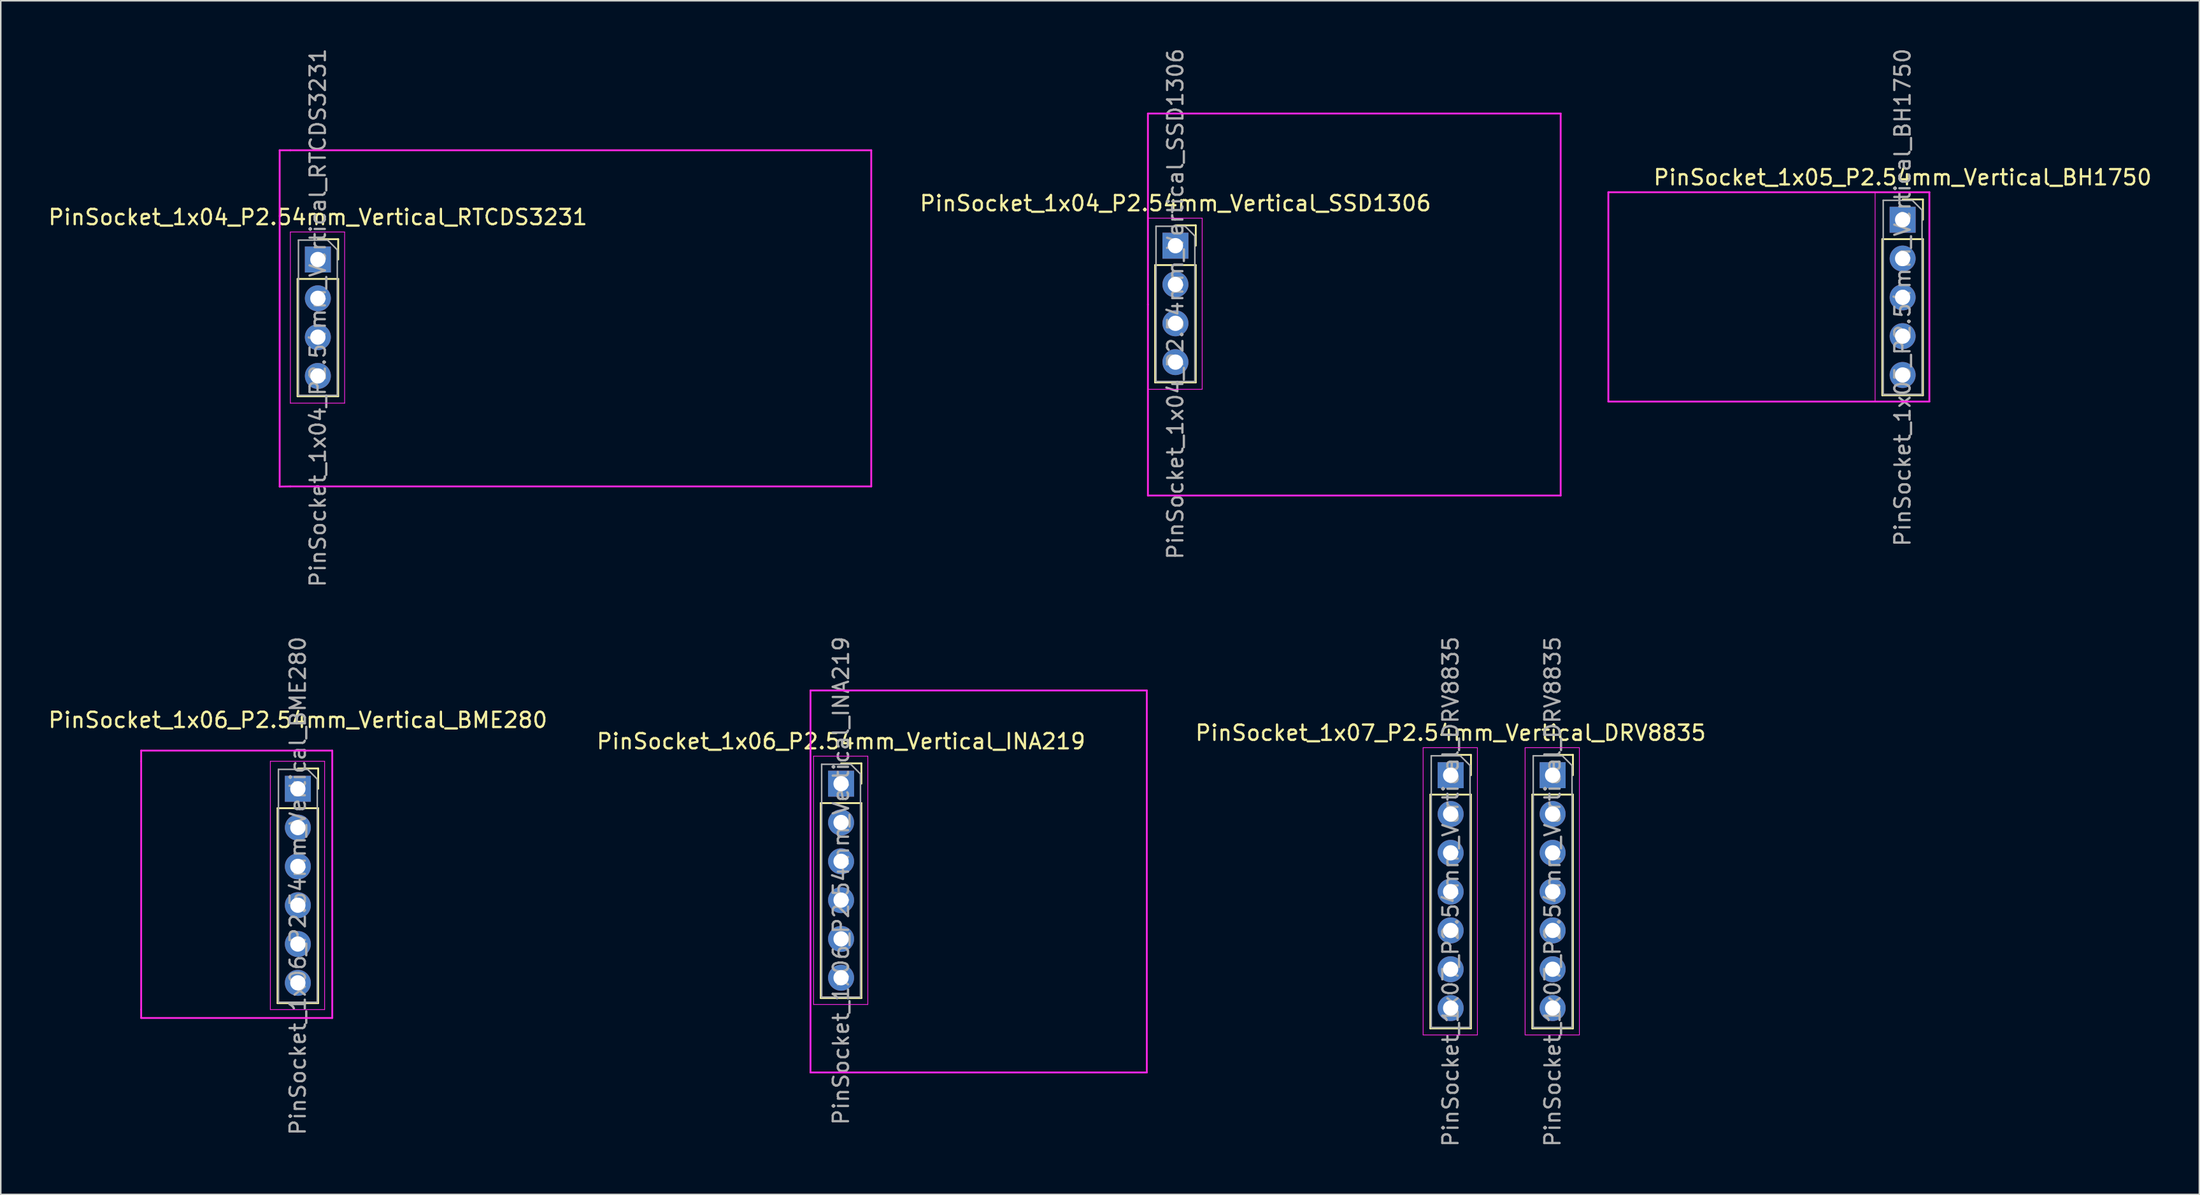
<source format=kicad_pcb>
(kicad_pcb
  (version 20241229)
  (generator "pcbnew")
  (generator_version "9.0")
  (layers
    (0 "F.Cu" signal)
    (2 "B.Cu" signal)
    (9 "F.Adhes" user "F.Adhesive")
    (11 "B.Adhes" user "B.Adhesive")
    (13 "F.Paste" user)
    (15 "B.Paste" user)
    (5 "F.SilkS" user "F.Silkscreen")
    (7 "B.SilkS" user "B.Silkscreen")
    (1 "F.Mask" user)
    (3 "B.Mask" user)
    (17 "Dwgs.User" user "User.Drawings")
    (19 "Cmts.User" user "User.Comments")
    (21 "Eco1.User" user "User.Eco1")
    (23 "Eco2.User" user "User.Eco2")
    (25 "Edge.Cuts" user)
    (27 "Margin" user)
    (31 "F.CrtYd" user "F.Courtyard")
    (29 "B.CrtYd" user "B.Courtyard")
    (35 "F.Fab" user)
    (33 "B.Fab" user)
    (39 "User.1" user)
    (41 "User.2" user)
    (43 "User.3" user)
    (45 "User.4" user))
  (footprint "PinSocket_1x07_P2.54mm_Vertical_DRV8835"
    (layer "F.Cu")
    (at 93.649 47.918)
    (property "Reference" "PinSocket_1x07_P2.54mm_Vertical_DRV8835" (at -1.803 -3.004 0) (layer "F.SilkS") (effects (font (size 1 1) (thickness 0.15))))
    (attr through_hole)
    (fp_line (start -3.133 1.036) (end -3.133 16.336) (stroke (width 0.12) (type solid)) (layer "F.SilkS"))
    (fp_line (start -3.133 1.036) (end -0.473 1.036) (stroke (width 0.12) (type solid)) (layer "F.SilkS"))
    (fp_line (start -3.133 16.336) (end -0.473 16.336) (stroke (width 0.12) (type solid)) (layer "F.SilkS"))
    (fp_line (start -1.803 -1.564) (end -0.473 -1.564) (stroke (width 0.12) (type solid)) (layer "F.SilkS"))
    (fp_line (start -0.473 -1.564) (end -0.473 -0.234) (stroke (width 0.12) (type solid)) (layer "F.SilkS"))
    (fp_line (start -0.473 1.036) (end -0.473 16.336) (stroke (width 0.12) (type solid)) (layer "F.SilkS"))
    (fp_line (start 3.538 1.035) (end 3.538 16.335) (stroke (width 0.12) (type solid)) (layer "F.SilkS"))
    (fp_line (start 3.538 1.035) (end 6.198 1.035) (stroke (width 0.12) (type solid)) (layer "F.SilkS"))
    (fp_line (start 3.538 16.335) (end 6.198 16.335) (stroke (width 0.12) (type solid)) (layer "F.SilkS"))
    (fp_line (start 4.868 -1.565) (end 6.198 -1.565) (stroke (width 0.12) (type solid)) (layer "F.SilkS"))
    (fp_line (start 6.198 -1.565) (end 6.198 -0.235) (stroke (width 0.12) (type solid)) (layer "F.SilkS"))
    (fp_line (start 6.198 1.035) (end 6.198 16.335) (stroke (width 0.12) (type solid)) (layer "F.SilkS"))
    (fp_line (start -3.603 -2.034) (end -0.053 -2.034) (stroke (width 0.05) (type solid)) (layer "F.CrtYd"))
    (fp_line (start -3.603 16.766) (end -3.603 -2.034) (stroke (width 0.05) (type solid)) (layer "F.CrtYd"))
    (fp_line (start -0.053 -2.034) (end -0.053 16.766) (stroke (width 0.05) (type solid)) (layer "F.CrtYd"))
    (fp_line (start -0.053 16.766) (end -3.603 16.766) (stroke (width 0.05) (type solid)) (layer "F.CrtYd"))
    (fp_line (start 3.068 -2.035) (end 6.618 -2.035) (stroke (width 0.05) (type solid)) (layer "F.CrtYd"))
    (fp_line (start 3.068 16.765) (end 3.068 -2.035) (stroke (width 0.05) (type solid)) (layer "F.CrtYd"))
    (fp_line (start 6.618 -2.035) (end 6.618 16.765) (stroke (width 0.05) (type solid)) (layer "F.CrtYd"))
    (fp_line (start 6.618 16.765) (end 3.068 16.765) (stroke (width 0.05) (type solid)) (layer "F.CrtYd"))
    (fp_line (start -3.073 -1.504) (end -1.168 -1.504) (stroke (width 0.1) (type solid)) (layer "F.Fab"))
    (fp_line (start -3.073 16.276) (end -3.073 -1.504) (stroke (width 0.1) (type solid)) (layer "F.Fab"))
    (fp_line (start -1.168 -1.504) (end -0.533 -0.869) (stroke (width 0.1) (type solid)) (layer "F.Fab"))
    (fp_line (start -0.533 -0.869) (end -0.533 16.276) (stroke (width 0.1) (type solid)) (layer "F.Fab"))
    (fp_line (start -0.533 16.276) (end -3.073 16.276) (stroke (width 0.1) (type solid)) (layer "F.Fab"))
    (fp_line (start 3.598 -1.505) (end 5.503 -1.505) (stroke (width 0.1) (type solid)) (layer "F.Fab"))
    (fp_line (start 3.598 16.275) (end 3.598 -1.505) (stroke (width 0.1) (type solid)) (layer "F.Fab"))
    (fp_line (start 5.503 -1.505) (end 6.138 -0.87) (stroke (width 0.1) (type solid)) (layer "F.Fab"))
    (fp_line (start 6.138 -0.87) (end 6.138 16.275) (stroke (width 0.1) (type solid)) (layer "F.Fab"))
    (fp_line (start 6.138 16.275) (end 3.598 16.275) (stroke (width 0.1) (type solid)) (layer "F.Fab"))
    (fp_text user "${REFERENCE}" (at 4.868 7.385 90) (layer "F.Fab") (effects (font (size 1 1) (thickness 0.15))))
    (fp_text user "${REFERENCE}" (at -1.803 7.386 90) (layer "F.Fab") (effects (font (size 1 1) (thickness 0.15))))
    (pad "1" thru_hole rect (at -1.803 -0.234) (size 1.7 1.7) (drill 1) (layers "*.Cu" "*.Mask"))
    (pad "2" thru_hole oval (at -1.803 2.306) (size 1.7 1.7) (drill 1) (layers "*.Cu" "*.Mask"))
    (pad "3" thru_hole oval (at -1.803 4.846) (size 1.7 1.7) (drill 1) (layers "*.Cu" "*.Mask"))
    (pad "4" thru_hole oval (at -1.803 7.386) (size 1.7 1.7) (drill 1) (layers "*.Cu" "*.Mask"))
    (pad "5" thru_hole oval (at -1.803 9.926) (size 1.7 1.7) (drill 1) (layers "*.Cu" "*.Mask"))
    (pad "6" thru_hole oval (at -1.803 12.466) (size 1.7 1.7) (drill 1) (layers "*.Cu" "*.Mask"))
    (pad "7" thru_hole oval (at -1.803 15.006) (size 1.7 1.7) (drill 1) (layers "*.Cu" "*.Mask"))
    (pad "8" thru_hole rect (at 4.868 -0.235) (size 1.7 1.7) (drill 1) (layers "*.Cu" "*.Mask"))
    (pad "9" thru_hole oval (at 4.868 2.305) (size 1.7 1.7) (drill 1) (layers "*.Cu" "*.Mask"))
    (pad "10" thru_hole oval (at 4.868 4.845) (size 1.7 1.7) (drill 1) (layers "*.Cu" "*.Mask"))
    (pad "11" thru_hole oval (at 4.868 7.385) (size 1.7 1.7) (drill 1) (layers "*.Cu" "*.Mask"))
    (pad "12" thru_hole oval (at 4.868 9.925) (size 1.7 1.7) (drill 1) (layers "*.Cu" "*.Mask"))
    (pad "13" thru_hole oval (at 4.868 12.465) (size 1.7 1.7) (drill 1) (layers "*.Cu" "*.Mask"))
    (pad "14" thru_hole oval (at 4.868 15.005) (size 1.7 1.7) (drill 1) (layers "*.Cu" "*.Mask")))
  (footprint "PinSocket_1x06_P2.54mm_Vertical_BME280"
    (layer "F.Cu")
    (at 16.435 48.573)
    (property "Reference" "PinSocket_1x06_P2.54mm_Vertical_BME280" (at 0 -4.5 0) (layer "F.SilkS") (effects (font (size 1 1) (thickness 0.15))))
    (attr through_hole)
    (fp_line (start -1.33 1.27) (end -1.33 14.03) (stroke (width 0.12) (type solid)) (layer "F.SilkS"))
    (fp_line (start -1.33 1.27) (end 1.33 1.27) (stroke (width 0.12) (type solid)) (layer "F.SilkS"))
    (fp_line (start -1.33 14.03) (end 1.33 14.03) (stroke (width 0.12) (type solid)) (layer "F.SilkS"))
    (fp_line (start 0 -1.33) (end 1.33 -1.33) (stroke (width 0.12) (type solid)) (layer "F.SilkS"))
    (fp_line (start 1.33 -1.33) (end 1.33 0) (stroke (width 0.12) (type solid)) (layer "F.SilkS"))
    (fp_line (start 1.33 1.27) (end 1.33 14.03) (stroke (width 0.12) (type solid)) (layer "F.SilkS"))
    (fp_line (start -10.25 -2.5) (end -10.25 -1.8) (stroke (width 0.12) (type solid)) (layer "F.CrtYd"))
    (fp_line (start -10.25 -1.8) (end -10.25 14.45) (stroke (width 0.12) (type solid)) (layer "F.CrtYd"))
    (fp_line (start -10.25 15) (end -10.25 14.45) (stroke (width 0.12) (type solid)) (layer "F.CrtYd"))
    (fp_line (start -1.8 -1.8) (end 1.75 -1.8) (stroke (width 0.05) (type solid)) (layer "F.CrtYd"))
    (fp_line (start -1.8 14.45) (end -1.8 -1.8) (stroke (width 0.05) (type solid)) (layer "F.CrtYd"))
    (fp_line (start 1.75 -1.8) (end 1.75 14.45) (stroke (width 0.05) (type solid)) (layer "F.CrtYd"))
    (fp_line (start 1.75 14.45) (end -1.8 14.45) (stroke (width 0.05) (type solid)) (layer "F.CrtYd"))
    (fp_line (start 2.25 -2.5) (end -10.25 -2.5) (stroke (width 0.12) (type solid)) (layer "F.CrtYd"))
    (fp_line (start 2.25 -2.5) (end 2.25 15) (stroke (width 0.12) (type solid)) (layer "F.CrtYd"))
    (fp_line (start 2.25 15) (end -10.25 15) (stroke (width 0.12) (type solid)) (layer "F.CrtYd"))
    (fp_line (start -1.27 -1.27) (end 0.635 -1.27) (stroke (width 0.1) (type solid)) (layer "F.Fab"))
    (fp_line (start -1.27 13.97) (end -1.27 -1.27) (stroke (width 0.1) (type solid)) (layer "F.Fab"))
    (fp_line (start 0.635 -1.27) (end 1.27 -0.635) (stroke (width 0.1) (type solid)) (layer "F.Fab"))
    (fp_line (start 1.27 -0.635) (end 1.27 13.97) (stroke (width 0.1) (type solid)) (layer "F.Fab"))
    (fp_line (start 1.27 13.97) (end -1.27 13.97) (stroke (width 0.1) (type solid)) (layer "F.Fab"))
    (fp_text user "${REFERENCE}" (at 0 6.35 90) (layer "F.Fab") (effects (font (size 1 1) (thickness 0.15))))
    (pad "1" thru_hole rect (at 0 0) (size 1.7 1.7) (drill 1) (layers "*.Cu" "*.Mask"))
    (pad "2" thru_hole oval (at 0 2.54) (size 1.7 1.7) (drill 1) (layers "*.Cu" "*.Mask"))
    (pad "3" thru_hole oval (at 0 5.08) (size 1.7 1.7) (drill 1) (layers "*.Cu" "*.Mask"))
    (pad "4" thru_hole oval (at 0 7.62) (size 1.7 1.7) (drill 1) (layers "*.Cu" "*.Mask"))
    (pad "5" thru_hole oval (at 0 10.16) (size 1.7 1.7) (drill 1) (layers "*.Cu" "*.Mask"))
    (pad "6" thru_hole oval (at 0 12.7) (size 1.7 1.7) (drill 1) (layers "*.Cu" "*.Mask")))
  (footprint "PinSocket_1x04_P2.54mm_Vertical_RTCDS3231"
    (layer "F.Cu")
    (at 17.744 13.934)
    (property "Reference" "PinSocket_1x04_P2.54mm_Vertical_RTCDS3231" (at 0 -2.77 0) (layer "F.SilkS") (effects (font (size 1 1) (thickness 0.15))))
    (attr through_hole)
    (fp_line (start -1.33 1.27) (end -1.33 8.95) (stroke (width 0.12) (type solid)) (layer "F.SilkS"))
    (fp_line (start -1.33 1.27) (end 1.33 1.27) (stroke (width 0.12) (type solid)) (layer "F.SilkS"))
    (fp_line (start -1.33 8.95) (end 1.33 8.95) (stroke (width 0.12) (type solid)) (layer "F.SilkS"))
    (fp_line (start 0 -1.33) (end 1.33 -1.33) (stroke (width 0.12) (type solid)) (layer "F.SilkS"))
    (fp_line (start 1.33 -1.33) (end 1.33 0) (stroke (width 0.12) (type solid)) (layer "F.SilkS"))
    (fp_line (start 1.33 1.27) (end 1.33 8.95) (stroke (width 0.12) (type solid)) (layer "F.SilkS"))
    (fp_line (start -2.5 -7.15) (end -2.5 14.86) (stroke (width 0.12) (type solid)) (layer "F.CrtYd"))
    (fp_line (start -1.8 -7.15) (end -2.5 -7.15) (stroke (width 0.12) (type solid)) (layer "F.CrtYd"))
    (fp_line (start -1.8 -7.15) (end 36.2 -7.15) (stroke (width 0.12) (type solid)) (layer "F.CrtYd"))
    (fp_line (start -1.8 -1.8) (end 1.75 -1.8) (stroke (width 0.05) (type solid)) (layer "F.CrtYd"))
    (fp_line (start -1.8 9.4) (end -1.8 -1.8) (stroke (width 0.05) (type solid)) (layer "F.CrtYd"))
    (fp_line (start -1.8 14.85) (end -2.5 14.86) (stroke (width 0.12) (type solid)) (layer "F.CrtYd"))
    (fp_line (start -1.8 14.85) (end 36.2 14.85) (stroke (width 0.12) (type solid)) (layer "F.CrtYd"))
    (fp_line (start 1.75 -1.8) (end 1.75 9.4) (stroke (width 0.05) (type solid)) (layer "F.CrtYd"))
    (fp_line (start 1.75 9.4) (end -1.8 9.4) (stroke (width 0.05) (type solid)) (layer "F.CrtYd"))
    (fp_line (start 36.2 -7.15) (end 36.2 14.85) (stroke (width 0.12) (type solid)) (layer "F.CrtYd"))
    (fp_line (start -1.27 -1.27) (end 0.635 -1.27) (stroke (width 0.1) (type solid)) (layer "F.Fab"))
    (fp_line (start -1.27 8.89) (end -1.27 -1.27) (stroke (width 0.1) (type solid)) (layer "F.Fab"))
    (fp_line (start 0.635 -1.27) (end 1.27 -0.635) (stroke (width 0.1) (type solid)) (layer "F.Fab"))
    (fp_line (start 1.27 -0.635) (end 1.27 8.89) (stroke (width 0.1) (type solid)) (layer "F.Fab"))
    (fp_line (start 1.27 8.89) (end -1.27 8.89) (stroke (width 0.1) (type solid)) (layer "F.Fab"))
    (fp_text user "${REFERENCE}" (at 0 3.81 90) (layer "F.Fab") (effects (font (size 1 1) (thickness 0.15))))
    (pad "1" thru_hole rect (at 0 0) (size 1.7 1.7) (drill 1) (layers "*.Cu" "*.Mask"))
    (pad "2" thru_hole oval (at 0 2.54) (size 1.7 1.7) (drill 1) (layers "*.Cu" "*.Mask"))
    (pad "3" thru_hole oval (at 0 5.08) (size 1.7 1.7) (drill 1) (layers "*.Cu" "*.Mask"))
    (pad "4" thru_hole oval (at 0 7.62) (size 1.7 1.7) (drill 1) (layers "*.Cu" "*.Mask")))
  (footprint "PinSocket_1x04_P2.54mm_Vertical_SSD1306"
    (layer "F.Cu")
    (at 73.843 13.029)
    (property "Reference" "PinSocket_1x04_P2.54mm_Vertical_SSD1306" (at 0 -2.77 0) (layer "F.SilkS") (effects (font (size 1 1) (thickness 0.15))))
    (attr through_hole)
    (fp_line (start -1.33 1.27) (end -1.33 8.95) (stroke (width 0.12) (type solid)) (layer "F.SilkS"))
    (fp_line (start -1.33 1.27) (end 1.33 1.27) (stroke (width 0.12) (type solid)) (layer "F.SilkS"))
    (fp_line (start -1.33 8.95) (end 1.33 8.95) (stroke (width 0.12) (type solid)) (layer "F.SilkS"))
    (fp_line (start 0 -1.33) (end 1.33 -1.33) (stroke (width 0.12) (type solid)) (layer "F.SilkS"))
    (fp_line (start 1.33 -1.33) (end 1.33 0) (stroke (width 0.12) (type solid)) (layer "F.SilkS"))
    (fp_line (start 1.33 1.27) (end 1.33 8.95) (stroke (width 0.12) (type solid)) (layer "F.SilkS"))
    (fp_line (start -1.8 -8.65) (end 25.2 -8.65) (stroke (width 0.12) (type solid)) (layer "F.CrtYd"))
    (fp_line (start -1.8 -1.8) (end 1.75 -1.8) (stroke (width 0.05) (type solid)) (layer "F.CrtYd"))
    (fp_line (start -1.8 3.85) (end -1.8 -8.65) (stroke (width 0.12) (type solid)) (layer "F.CrtYd"))
    (fp_line (start -1.8 3.85) (end -1.8 16.35) (stroke (width 0.12) (type solid)) (layer "F.CrtYd"))
    (fp_line (start -1.8 9.4) (end -1.8 -1.8) (stroke (width 0.05) (type solid)) (layer "F.CrtYd"))
    (fp_line (start -1.8 16.35) (end 25.2 16.35) (stroke (width 0.12) (type solid)) (layer "F.CrtYd"))
    (fp_line (start 1.75 -1.8) (end 1.75 9.4) (stroke (width 0.05) (type solid)) (layer "F.CrtYd"))
    (fp_line (start 1.75 9.4) (end -1.8 9.4) (stroke (width 0.05) (type solid)) (layer "F.CrtYd"))
    (fp_line (start 25.2 -8.65) (end 25.2 16.35) (stroke (width 0.12) (type solid)) (layer "F.CrtYd"))
    (fp_line (start -1.27 -1.27) (end 0.635 -1.27) (stroke (width 0.1) (type solid)) (layer "F.Fab"))
    (fp_line (start -1.27 8.89) (end -1.27 -1.27) (stroke (width 0.1) (type solid)) (layer "F.Fab"))
    (fp_line (start 0.635 -1.27) (end 1.27 -0.635) (stroke (width 0.1) (type solid)) (layer "F.Fab"))
    (fp_line (start 1.27 -0.635) (end 1.27 8.89) (stroke (width 0.1) (type solid)) (layer "F.Fab"))
    (fp_line (start 1.27 8.89) (end -1.27 8.89) (stroke (width 0.1) (type solid)) (layer "F.Fab"))
    (fp_text user "${REFERENCE}" (at 0 3.81 90) (layer "F.Fab") (effects (font (size 1 1) (thickness 0.15))))
    (pad "1" thru_hole rect (at 0 0) (size 1.7 1.7) (drill 1) (layers "*.Cu" "*.Mask"))
    (pad "2" thru_hole oval (at 0 2.54) (size 1.7 1.7) (drill 1) (layers "*.Cu" "*.Mask"))
    (pad "3" thru_hole oval (at 0 5.08) (size 1.7 1.7) (drill 1) (layers "*.Cu" "*.Mask"))
    (pad "4" thru_hole oval (at 0 7.62) (size 1.7 1.7) (drill 1) (layers "*.Cu" "*.Mask")))
  (footprint "PinSocket_1x06_P2.54mm_Vertical_INA219"
    (layer "F.Cu")
    (at 51.97 48.239)
    (property "Reference" "PinSocket_1x06_P2.54mm_Vertical_INA219" (at 0 -2.77 0) (layer "F.SilkS") (effects (font (size 1 1) (thickness 0.15))))
    (attr through_hole)
    (fp_line (start -1.33 1.27) (end -1.33 14.03) (stroke (width 0.12) (type solid)) (layer "F.SilkS"))
    (fp_line (start -1.33 1.27) (end 1.33 1.27) (stroke (width 0.12) (type solid)) (layer "F.SilkS"))
    (fp_line (start -1.33 14.03) (end 1.33 14.03) (stroke (width 0.12) (type solid)) (layer "F.SilkS"))
    (fp_line (start 0 -1.33) (end 1.33 -1.33) (stroke (width 0.12) (type solid)) (layer "F.SilkS"))
    (fp_line (start 1.33 -1.33) (end 1.33 0) (stroke (width 0.12) (type solid)) (layer "F.SilkS"))
    (fp_line (start 1.33 1.27) (end 1.33 14.03) (stroke (width 0.12) (type solid)) (layer "F.SilkS"))
    (fp_line (start -2 -6.1) (end -2 18.9) (stroke (width 0.12) (type solid)) (layer "F.CrtYd"))
    (fp_line (start -1.8 -1.8) (end 1.75 -1.8) (stroke (width 0.05) (type solid)) (layer "F.CrtYd"))
    (fp_line (start -1.8 14.45) (end -1.8 -1.8) (stroke (width 0.05) (type solid)) (layer "F.CrtYd"))
    (fp_line (start 1.75 -1.8) (end 1.75 14.45) (stroke (width 0.05) (type solid)) (layer "F.CrtYd"))
    (fp_line (start 1.75 14.45) (end -1.8 14.45) (stroke (width 0.05) (type solid)) (layer "F.CrtYd"))
    (fp_line (start 20 -6.1) (end -2 -6.1) (stroke (width 0.12) (type solid)) (layer "F.CrtYd"))
    (fp_line (start 20 -6.1) (end 20 18.9) (stroke (width 0.12) (type solid)) (layer "F.CrtYd"))
    (fp_line (start 20 18.9) (end -2 18.9) (stroke (width 0.12) (type solid)) (layer "F.CrtYd"))
    (fp_line (start -1.27 -1.27) (end 0.635 -1.27) (stroke (width 0.1) (type solid)) (layer "F.Fab"))
    (fp_line (start -1.27 13.97) (end -1.27 -1.27) (stroke (width 0.1) (type solid)) (layer "F.Fab"))
    (fp_line (start 0.635 -1.27) (end 1.27 -0.635) (stroke (width 0.1) (type solid)) (layer "F.Fab"))
    (fp_line (start 1.27 -0.635) (end 1.27 13.97) (stroke (width 0.1) (type solid)) (layer "F.Fab"))
    (fp_line (start 1.27 13.97) (end -1.27 13.97) (stroke (width 0.1) (type solid)) (layer "F.Fab"))
    (fp_text user "${REFERENCE}" (at 0 6.35 90) (layer "F.Fab") (effects (font (size 1 1) (thickness 0.15))))
    (pad "1" thru_hole rect (at 0 0) (size 1.7 1.7) (drill 1) (layers "*.Cu" "*.Mask"))
    (pad "2" thru_hole oval (at 0 2.54) (size 1.7 1.7) (drill 1) (layers "*.Cu" "*.Mask"))
    (pad "3" thru_hole oval (at 0 5.08) (size 1.7 1.7) (drill 1) (layers "*.Cu" "*.Mask"))
    (pad "4" thru_hole oval (at 0 7.62) (size 1.7 1.7) (drill 1) (layers "*.Cu" "*.Mask"))
    (pad "5" thru_hole oval (at 0 10.16) (size 1.7 1.7) (drill 1) (layers "*.Cu" "*.Mask"))
    (pad "6" thru_hole oval (at 0 12.7) (size 1.7 1.7) (drill 1) (layers "*.Cu" "*.Mask")))
  (footprint "PinSocket_1x05_P2.54mm_Vertical_BH1750"
    (layer "F.Cu")
    (at 121.413 11.331)
    (property "Reference" "PinSocket_1x05_P2.54mm_Vertical_BH1750" (at 0 -2.77 0) (layer "F.SilkS") (effects (font (size 1 1) (thickness 0.15))))
    (attr through_hole)
    (fp_line (start -1.33 1.27) (end -1.33 11.49) (stroke (width 0.12) (type solid)) (layer "F.SilkS"))
    (fp_line (start -1.33 1.27) (end 1.33 1.27) (stroke (width 0.12) (type solid)) (layer "F.SilkS"))
    (fp_line (start -1.33 11.49) (end 1.33 11.49) (stroke (width 0.12) (type solid)) (layer "F.SilkS"))
    (fp_line (start 0 -1.33) (end 1.33 -1.33) (stroke (width 0.12) (type solid)) (layer "F.SilkS"))
    (fp_line (start 1.33 -1.33) (end 1.33 0) (stroke (width 0.12) (type solid)) (layer "F.SilkS"))
    (fp_line (start 1.33 1.27) (end 1.33 11.49) (stroke (width 0.12) (type solid)) (layer "F.SilkS"))
    (fp_line (start -19.25 -1.8) (end -19.25 11.9) (stroke (width 0.12) (type solid)) (layer "F.CrtYd"))
    (fp_line (start -1.8 -1.8) (end 1.75 -1.8) (stroke (width 0.05) (type solid)) (layer "F.CrtYd"))
    (fp_line (start -1.8 11.9) (end -1.8 -1.8) (stroke (width 0.05) (type solid)) (layer "F.CrtYd"))
    (fp_line (start 1.75 -1.8) (end -19.25 -1.8) (stroke (width 0.12) (type solid)) (layer "F.CrtYd"))
    (fp_line (start 1.75 -1.8) (end 1.75 11.9) (stroke (width 0.05) (type solid)) (layer "F.CrtYd"))
    (fp_line (start 1.75 -1.8) (end 1.75 11.9) (stroke (width 0.12) (type solid)) (layer "F.CrtYd"))
    (fp_line (start 1.75 11.9) (end -19.25 11.9) (stroke (width 0.12) (type solid)) (layer "F.CrtYd"))
    (fp_line (start 1.75 11.9) (end -1.8 11.9) (stroke (width 0.05) (type solid)) (layer "F.CrtYd"))
    (fp_line (start -1.27 -1.27) (end 0.635 -1.27) (stroke (width 0.1) (type solid)) (layer "F.Fab"))
    (fp_line (start -1.27 11.43) (end -1.27 -1.27) (stroke (width 0.1) (type solid)) (layer "F.Fab"))
    (fp_line (start 0.635 -1.27) (end 1.27 -0.635) (stroke (width 0.1) (type solid)) (layer "F.Fab"))
    (fp_line (start 1.27 -0.635) (end 1.27 11.43) (stroke (width 0.1) (type solid)) (layer "F.Fab"))
    (fp_line (start 1.27 11.43) (end -1.27 11.43) (stroke (width 0.1) (type solid)) (layer "F.Fab"))
    (fp_text user "${REFERENCE}" (at 0 5.08 90) (layer "F.Fab") (effects (font (size 1 1) (thickness 0.15))))
    (pad "1" thru_hole rect (at 0 0) (size 1.7 1.7) (drill 1) (layers "*.Cu" "*.Mask"))
    (pad "2" thru_hole oval (at 0 2.54) (size 1.7 1.7) (drill 1) (layers "*.Cu" "*.Mask"))
    (pad "3" thru_hole oval (at 0 5.08) (size 1.7 1.7) (drill 1) (layers "*.Cu" "*.Mask"))
    (pad "4" thru_hole oval (at 0 7.62) (size 1.7 1.7) (drill 1) (layers "*.Cu" "*.Mask"))
    (pad "5" thru_hole oval (at 0 10.16) (size 1.7 1.7) (drill 1) (layers "*.Cu" "*.Mask")))
  (gr_rect
    (start -3 -3)
    (end 140.824 75.12)
    (stroke (width 0.1) (type default))
    (fill no)
    (layer "Edge.Cuts")))
</source>
